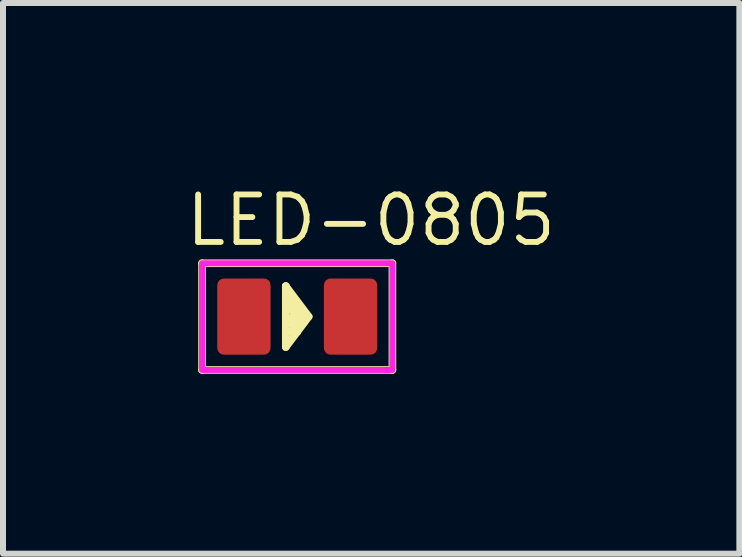
<source format=kicad_pcb>
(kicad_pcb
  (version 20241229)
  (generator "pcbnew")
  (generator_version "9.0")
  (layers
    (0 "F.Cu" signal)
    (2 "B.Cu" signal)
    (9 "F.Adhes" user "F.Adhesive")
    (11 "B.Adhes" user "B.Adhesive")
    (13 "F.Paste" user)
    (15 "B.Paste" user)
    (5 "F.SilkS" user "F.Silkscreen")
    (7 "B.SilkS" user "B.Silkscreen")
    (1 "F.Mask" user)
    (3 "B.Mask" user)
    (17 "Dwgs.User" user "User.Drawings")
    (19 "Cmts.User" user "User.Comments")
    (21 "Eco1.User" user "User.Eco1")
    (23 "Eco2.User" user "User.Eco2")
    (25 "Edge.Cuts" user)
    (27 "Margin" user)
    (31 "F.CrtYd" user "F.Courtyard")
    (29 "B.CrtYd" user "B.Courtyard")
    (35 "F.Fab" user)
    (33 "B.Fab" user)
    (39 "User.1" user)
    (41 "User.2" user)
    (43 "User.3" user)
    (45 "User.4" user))
  (footprint "LED-0805"
    (layer "F.Cu")
    (at 1.905 2.228)
    (property "Reference" "LED-0805" (at -1.905 -1.143 0) (layer "F.SilkS") (effects (font (size 0.791 0.791) (thickness 0.098)) (justify left bottom)))
    (fp_line (start -1.587 -0.889) (end 1.587 -0.889) (stroke (width 0.127) (type solid)) (layer "F.SilkS"))
    (fp_line (start -1.587 0.889) (end -1.587 -0.889) (stroke (width 0.127) (type solid)) (layer "F.SilkS"))
    (fp_line (start -0.191 -0.508) (end -0.191 -0.254) (stroke (width 0.127) (type solid)) (layer "F.SilkS"))
    (fp_line (start -0.191 -0.508) (end 0.127 0.064) (stroke (width 0.127) (type solid)) (layer "F.SilkS"))
    (fp_line (start -0.191 -0.254) (end -0.191 0) (stroke (width 0.127) (type solid)) (layer "F.SilkS"))
    (fp_line (start -0.191 -0.254) (end 0.064 0.127) (stroke (width 0.127) (type solid)) (layer "F.SilkS"))
    (fp_line (start -0.191 0) (end -0.191 0.254) (stroke (width 0.127) (type solid)) (layer "F.SilkS"))
    (fp_line (start -0.191 0) (end 0 0.254) (stroke (width 0.127) (type solid)) (layer "F.SilkS"))
    (fp_line (start -0.191 0.254) (end -0.191 0.508) (stroke (width 0.127) (type solid)) (layer "F.SilkS"))
    (fp_line (start -0.191 0.508) (end 0 0.254) (stroke (width 0.127) (type solid)) (layer "F.SilkS"))
    (fp_line (start 0 0.254) (end -0.191 0.254) (stroke (width 0.127) (type solid)) (layer "F.SilkS"))
    (fp_line (start 0 0.254) (end 0.191 0) (stroke (width 0.127) (type solid)) (layer "F.SilkS"))
    (fp_line (start 0.064 0.127) (end -0.191 0) (stroke (width 0.127) (type solid)) (layer "F.SilkS"))
    (fp_line (start 0.127 0.064) (end -0.191 -0.254) (stroke (width 0.127) (type solid)) (layer "F.SilkS"))
    (fp_line (start 0.191 0) (end -0.191 -0.508) (stroke (width 0.127) (type solid)) (layer "F.SilkS"))
    (fp_line (start 1.587 -0.889) (end 1.587 0.889) (stroke (width 0.127) (type solid)) (layer "F.SilkS"))
    (fp_line (start 1.587 0.889) (end -1.587 0.889) (stroke (width 0.127) (type solid)) (layer "F.SilkS"))
    (fp_poly (pts (xy -1.587 0.889) (xy 1.587 0.889) (xy 1.587 -0.889) (xy -1.587 -0.889)) (stroke (width 0.1) (type solid)) (fill no) (layer "F.CrtYd"))
    (pad "+" smd roundrect (at -0.889 0) (size 0.889 1.27) (layers "F.Cu" "F.Mask" "F.Paste") (roundrect_rratio 0.125))
    (pad "-" smd roundrect (at 0.889 0) (size 0.889 1.27) (layers "F.Cu" "F.Mask" "F.Paste") (roundrect_rratio 0.125)))
  (gr_rect
    (start -3 -3)
    (end 9.276 6.18)
    (stroke (width 0.1) (type default))
    (fill no)
    (layer "Edge.Cuts")))
</source>
